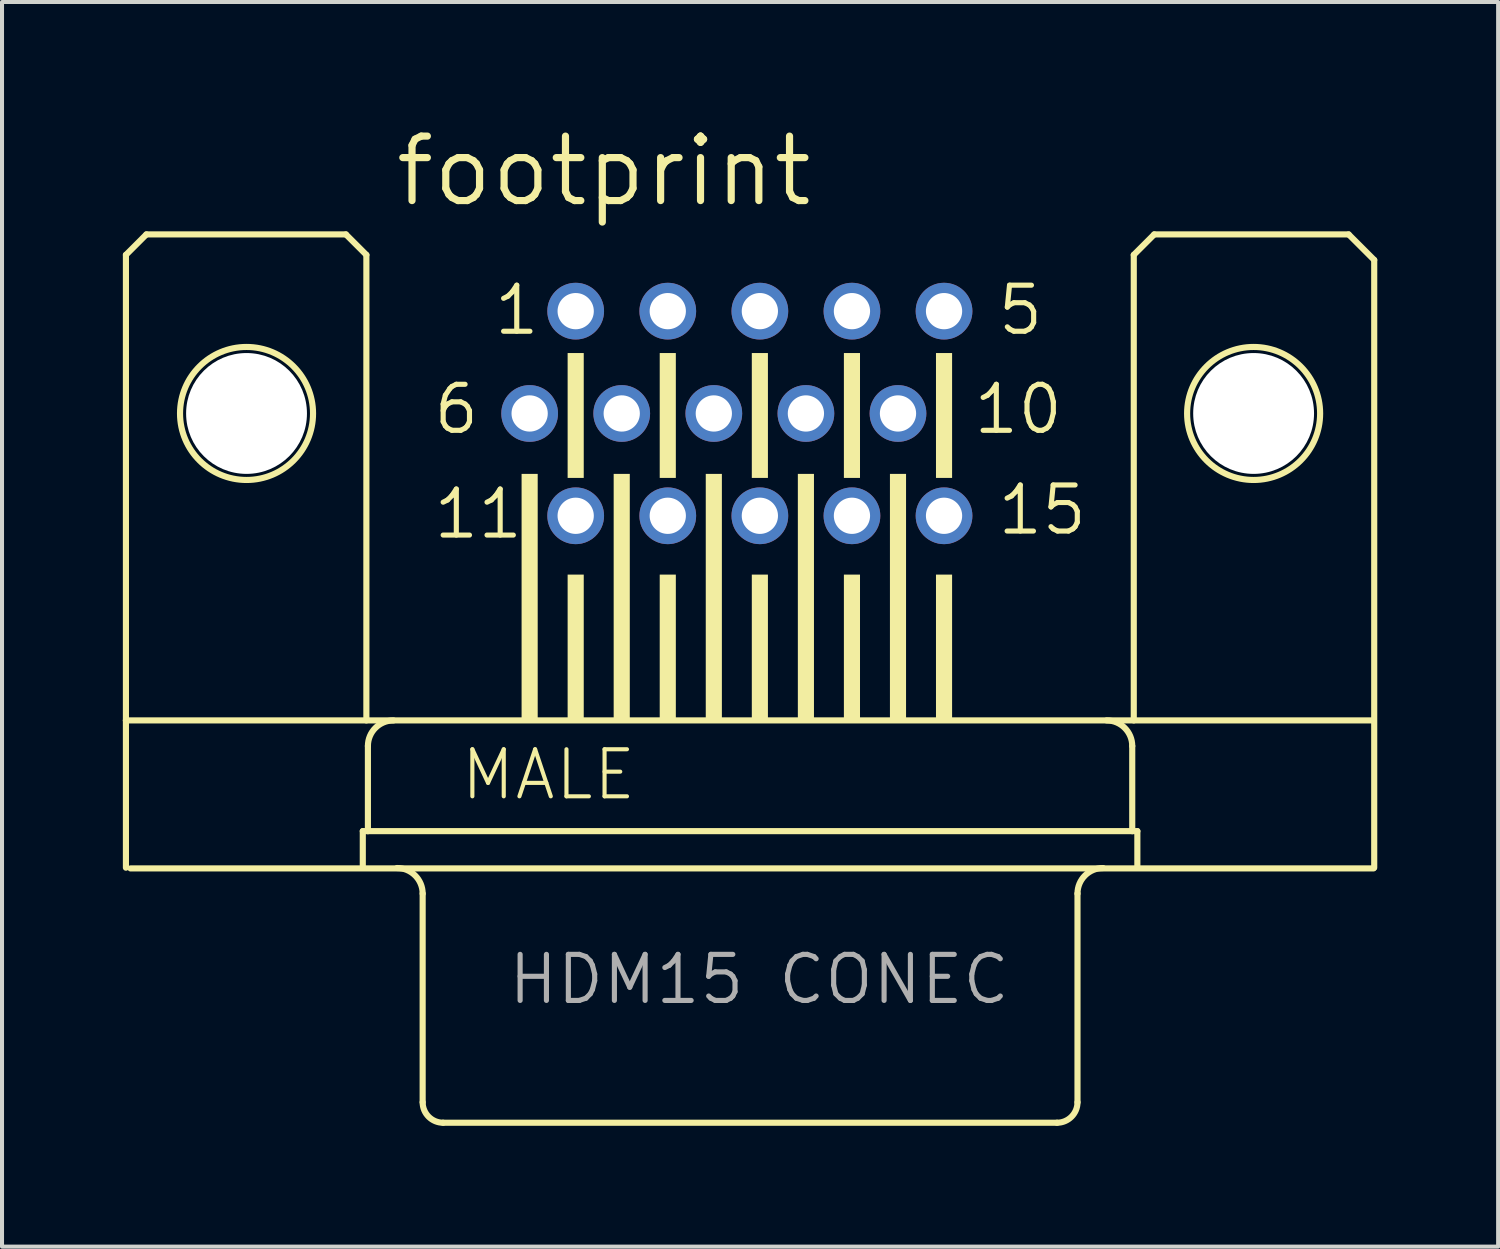
<source format=kicad_pcb>
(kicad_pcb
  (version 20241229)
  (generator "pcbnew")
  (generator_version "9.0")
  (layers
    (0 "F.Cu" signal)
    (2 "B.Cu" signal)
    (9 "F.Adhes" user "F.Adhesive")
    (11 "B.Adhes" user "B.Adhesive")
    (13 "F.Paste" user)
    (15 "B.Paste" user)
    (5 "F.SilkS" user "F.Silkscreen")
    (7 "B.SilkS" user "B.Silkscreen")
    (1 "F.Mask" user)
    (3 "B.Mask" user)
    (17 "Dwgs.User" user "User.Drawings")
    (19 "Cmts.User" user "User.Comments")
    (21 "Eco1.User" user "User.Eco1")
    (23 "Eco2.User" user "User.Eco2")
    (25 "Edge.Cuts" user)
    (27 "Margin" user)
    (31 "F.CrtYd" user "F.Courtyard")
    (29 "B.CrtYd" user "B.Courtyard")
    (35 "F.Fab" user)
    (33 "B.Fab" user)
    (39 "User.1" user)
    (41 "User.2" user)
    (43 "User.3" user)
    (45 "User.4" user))
  (footprint "footprint"
    (layer "F.Cu")
    (at 15.57 7.214)
    (property "Reference" "footprint" (at -8.89 -5.08 0) (layer "F.SilkS") (effects (font (size 1.6 1.6) (thickness 0.178)) (justify left bottom)))
    (fp_line (start -15.494 -3.937) (end -15.494 7.62) (stroke (width 0.152) (type solid)) (layer "F.SilkS"))
    (fp_line (start -15.494 11.276) (end -15.494 7.62) (stroke (width 0.152) (type solid)) (layer "F.SilkS"))
    (fp_line (start -14.986 -4.445) (end -15.494 -3.937) (stroke (width 0.152) (type solid)) (layer "F.SilkS"))
    (fp_line (start -10.033 -4.445) (end -14.986 -4.445) (stroke (width 0.152) (type solid)) (layer "F.SilkS"))
    (fp_line (start -9.614 10.368) (end -9.614 11.276) (stroke (width 0.152) (type solid)) (layer "F.SilkS"))
    (fp_line (start -9.525 -3.937) (end -10.033 -4.445) (stroke (width 0.152) (type solid)) (layer "F.SilkS"))
    (fp_line (start -9.525 -3.937) (end -9.525 7.62) (stroke (width 0.152) (type solid)) (layer "F.SilkS"))
    (fp_line (start -9.487 8.255) (end -9.487 10.368) (stroke (width 0.152) (type solid)) (layer "F.SilkS"))
    (fp_line (start -9.487 10.368) (end -9.614 10.368) (stroke (width 0.152) (type solid)) (layer "F.SilkS"))
    (fp_line (start -8.128 11.919) (end -8.128 17.099) (stroke (width 0.152) (type solid)) (layer "F.SilkS"))
    (fp_line (start 7.62 17.607) (end -7.62 17.607) (stroke (width 0.152) (type solid)) (layer "F.SilkS"))
    (fp_line (start 8.128 11.919) (end 8.128 17.099) (stroke (width 0.152) (type solid)) (layer "F.SilkS"))
    (fp_line (start 9.487 8.255) (end 9.487 10.368) (stroke (width 0.152) (type solid)) (layer "F.SilkS"))
    (fp_line (start 9.487 10.368) (end -9.487 10.368) (stroke (width 0.152) (type solid)) (layer "F.SilkS"))
    (fp_line (start 9.525 -3.937) (end 9.525 7.62) (stroke (width 0.152) (type solid)) (layer "F.SilkS"))
    (fp_line (start 9.614 10.368) (end 9.487 10.368) (stroke (width 0.152) (type solid)) (layer "F.SilkS"))
    (fp_line (start 9.614 10.368) (end 9.614 11.276) (stroke (width 0.152) (type solid)) (layer "F.SilkS"))
    (fp_line (start 10.033 -4.445) (end 9.525 -3.937) (stroke (width 0.152) (type solid)) (layer "F.SilkS"))
    (fp_line (start 10.033 -4.445) (end 14.859 -4.445) (stroke (width 0.152) (type solid)) (layer "F.SilkS"))
    (fp_line (start 14.859 -4.445) (end 15.494 -3.81) (stroke (width 0.152) (type solid)) (layer "F.SilkS"))
    (fp_line (start 15.475 7.62) (end -15.494 7.62) (stroke (width 0.152) (type solid)) (layer "F.SilkS"))
    (fp_line (start 15.476 11.294) (end -15.38 11.294) (stroke (width 0.152) (type solid)) (layer "F.SilkS"))
    (fp_line (start 15.494 -3.81) (end 15.494 11.276) (stroke (width 0.152) (type solid)) (layer "F.SilkS"))
    (fp_arc (start -9.487 8.255) (mid -9.301013 7.805987) (end -8.852 7.62) (stroke (width 0.1524) (type solid)) (layer "F.SilkS"))
    (fp_arc (start -8.763 11.284) (mid -8.313987 11.469987) (end -8.128 11.919) (stroke (width 0.1524) (type solid)) (layer "F.SilkS"))
    (fp_arc (start -7.62 17.607) (mid -7.97921 17.45821) (end -8.128 17.099) (stroke (width 0.1524) (type solid)) (layer "F.SilkS"))
    (fp_arc (start 8.128 11.919) (mid 8.313987 11.469987) (end 8.763 11.284) (stroke (width 0.1524) (type solid)) (layer "F.SilkS"))
    (fp_arc (start 8.128 17.099) (mid 7.97921 17.45821) (end 7.62 17.607) (stroke (width 0.1524) (type solid)) (layer "F.SilkS"))
    (fp_arc (start 8.852 7.62) (mid 9.301013 7.805987) (end 9.487 8.255) (stroke (width 0.1524) (type solid)) (layer "F.SilkS"))
    (fp_circle (center -12.5 0) (end -10.849 0) (stroke (width 0.152) (type solid)) (fill no) (layer "F.SilkS"))
    (fp_circle (center 12.5 0) (end 14.151 0) (stroke (width 0.152) (type solid)) (fill no) (layer "F.SilkS"))
    (fp_poly (pts (xy -5.672 7.6) (xy -5.272 7.6) (xy -5.272 1.5) (xy -5.672 1.5)) (stroke (width 0) (type solid)) (fill yes) (layer "F.SilkS"))
    (fp_poly (pts (xy -4.529 1.6) (xy -4.129 1.6) (xy -4.129 -1.5) (xy -4.529 -1.5)) (stroke (width 0) (type solid)) (fill yes) (layer "F.SilkS"))
    (fp_poly (pts (xy -4.529 7.6) (xy -4.129 7.6) (xy -4.129 4) (xy -4.529 4)) (stroke (width 0) (type solid)) (fill yes) (layer "F.SilkS"))
    (fp_poly (pts (xy -3.386 7.6) (xy -2.986 7.6) (xy -2.986 1.5) (xy -3.386 1.5)) (stroke (width 0) (type solid)) (fill yes) (layer "F.SilkS"))
    (fp_poly (pts (xy -2.243 1.6) (xy -1.843 1.6) (xy -1.843 -1.5) (xy -2.243 -1.5)) (stroke (width 0) (type solid)) (fill yes) (layer "F.SilkS"))
    (fp_poly (pts (xy -2.243 7.6) (xy -1.843 7.6) (xy -1.843 4) (xy -2.243 4)) (stroke (width 0) (type solid)) (fill yes) (layer "F.SilkS"))
    (fp_poly (pts (xy -1.1 7.6) (xy -0.7 7.6) (xy -0.7 1.5) (xy -1.1 1.5)) (stroke (width 0) (type solid)) (fill yes) (layer "F.SilkS"))
    (fp_poly (pts (xy 0.043 1.6) (xy 0.443 1.6) (xy 0.443 -1.5) (xy 0.043 -1.5)) (stroke (width 0) (type solid)) (fill yes) (layer "F.SilkS"))
    (fp_poly (pts (xy 0.043 7.6) (xy 0.443 7.6) (xy 0.443 4) (xy 0.043 4)) (stroke (width 0) (type solid)) (fill yes) (layer "F.SilkS"))
    (fp_poly (pts (xy 1.186 7.6) (xy 1.586 7.6) (xy 1.586 1.5) (xy 1.186 1.5)) (stroke (width 0) (type solid)) (fill yes) (layer "F.SilkS"))
    (fp_poly (pts (xy 2.329 1.6) (xy 2.729 1.6) (xy 2.729 -1.5) (xy 2.329 -1.5)) (stroke (width 0) (type solid)) (fill yes) (layer "F.SilkS"))
    (fp_poly (pts (xy 2.329 7.6) (xy 2.729 7.6) (xy 2.729 4) (xy 2.329 4)) (stroke (width 0) (type solid)) (fill yes) (layer "F.SilkS"))
    (fp_poly (pts (xy 3.472 7.6) (xy 3.872 7.6) (xy 3.872 1.5) (xy 3.472 1.5)) (stroke (width 0) (type solid)) (fill yes) (layer "F.SilkS"))
    (fp_poly (pts (xy 4.615 1.6) (xy 5.015 1.6) (xy 5.015 -1.5) (xy 4.615 -1.5)) (stroke (width 0) (type solid)) (fill yes) (layer "F.SilkS"))
    (fp_poly (pts (xy 4.615 7.6) (xy 5.015 7.6) (xy 5.015 4) (xy 4.615 4)) (stroke (width 0) (type solid)) (fill yes) (layer "F.SilkS"))
    (fp_text user "10" (at 5.485 0.565 0) (layer "F.SilkS") (effects (font (size 1.143 1.143) (thickness 0.127)) (justify left bottom)))
    (fp_text user "15" (at 6.08 3.065 0) (layer "F.SilkS") (effects (font (size 1.143 1.143) (thickness 0.127)) (justify left bottom)))
    (fp_text user "6" (at -7.92 0.565 0) (layer "F.SilkS") (effects (font (size 1.143 1.143) (thickness 0.127)) (justify left bottom)))
    (fp_text user "1" (at -6.42 -1.895 0) (layer "F.SilkS") (effects (font (size 1.143 1.143) (thickness 0.127)) (justify left bottom)))
    (fp_text user "5" (at 6.085 -1.895 0) (layer "F.SilkS") (effects (font (size 1.143 1.143) (thickness 0.127)) (justify left bottom)))
    (fp_text user "11" (at -7.92 3.165 0) (layer "F.SilkS") (effects (font (size 1.143 1.143) (thickness 0.127)) (justify left bottom)))
    (fp_text user "MALE" (at -7.239 9.652 0) (layer "F.SilkS") (effects (font (size 1.168 1.168) (thickness 0.102)) (justify left bottom)))
    (fp_text user "HDM15 CONEC" (at -6.064 14.717 0) (layer "F.Fab") (effects (font (size 1.143 1.143) (thickness 0.127)) (justify left bottom)))
    (pad "" np_thru_hole circle (at -12.5 0) (size 3 3) (drill 3) (layers "*.Cu" "*.Mask"))
    (pad "" np_thru_hole circle (at 12.5 0) (size 3 3) (drill 3) (layers "*.Cu" "*.Mask"))
    (pad "1" thru_hole circle (at -4.329 -2.54) (size 1.408 1.408) (drill 0.9) (layers "*.Cu" "*.Mask"))
    (pad "2" thru_hole circle (at -2.043 -2.54) (size 1.408 1.408) (drill 0.9) (layers "*.Cu" "*.Mask"))
    (pad "3" thru_hole circle (at 0.243 -2.54) (size 1.408 1.408) (drill 0.9) (layers "*.Cu" "*.Mask"))
    (pad "4" thru_hole circle (at 2.529 -2.54) (size 1.408 1.408) (drill 0.9) (layers "*.Cu" "*.Mask"))
    (pad "5" thru_hole circle (at 4.815 -2.54) (size 1.408 1.408) (drill 0.9) (layers "*.Cu" "*.Mask"))
    (pad "6" thru_hole circle (at -5.472 0) (size 1.408 1.408) (drill 0.9) (layers "*.Cu" "*.Mask"))
    (pad "7" thru_hole circle (at -3.186 0) (size 1.408 1.408) (drill 0.9) (layers "*.Cu" "*.Mask"))
    (pad "8" thru_hole circle (at -0.9 0) (size 1.408 1.408) (drill 0.9) (layers "*.Cu" "*.Mask"))
    (pad "9" thru_hole circle (at 1.386 0) (size 1.408 1.408) (drill 0.9) (layers "*.Cu" "*.Mask"))
    (pad "10" thru_hole circle (at 3.672 0) (size 1.408 1.408) (drill 0.9) (layers "*.Cu" "*.Mask"))
    (pad "11" thru_hole circle (at -4.329 2.54) (size 1.408 1.408) (drill 0.9) (layers "*.Cu" "*.Mask"))
    (pad "12" thru_hole circle (at -2.043 2.54) (size 1.408 1.408) (drill 0.9) (layers "*.Cu" "*.Mask"))
    (pad "13" thru_hole circle (at 0.243 2.54) (size 1.408 1.408) (drill 0.9) (layers "*.Cu" "*.Mask"))
    (pad "14" thru_hole circle (at 2.529 2.54) (size 1.408 1.408) (drill 0.9) (layers "*.Cu" "*.Mask"))
    (pad "15" thru_hole circle (at 4.815 2.54) (size 1.408 1.408) (drill 0.9) (layers "*.Cu" "*.Mask"))
    (zone (net_name "") (layers "F.Cu" "B.Cu") (hatch edge 0.508) (connect_pads) (min_thickness 0.254) (filled_areas_thickness no) (keepout (tracks allowed) (vias not_allowed) (pads allowed) (copperpour allowed) (footprints allowed)) (placement (enabled no)) (fill) (polygon (pts (xy 5.737 7.214) (xy 5.697 6.75) (xy 5.576 6.301) (xy 5.38 5.88) (xy 5.113 5.499) (xy 4.785 5.171) (xy 4.404 4.904) (xy 3.982 4.707) (xy 3.533 4.587) (xy 3.07 4.547) (xy 2.607 4.587) (xy 2.158 4.707) (xy 1.737 4.904) (xy 1.356 5.171) (xy 1.027 5.499) (xy 0.761 5.88) (xy 0.564 6.301) (xy 0.444 6.75) (xy 0.403 7.214) (xy 0.444 7.677) (xy 0.564 8.126) (xy 0.761 8.547) (xy 1.027 8.928) (xy 1.356 9.257) (xy 1.737 9.523) (xy 2.158 9.72) (xy 2.607 9.84) (xy 3.07 9.881) (xy 3.533 9.84) (xy 3.982 9.72) (xy 4.404 9.523) (xy 4.785 9.257) (xy 5.113 8.928) (xy 5.38 8.547) (xy 5.576 8.126) (xy 5.697 7.677))))
    (zone (net_name "") (layers "F.Cu" "B.Cu") (hatch edge 0.508) (connect_pads) (min_thickness 0.254) (filled_areas_thickness no) (keepout (tracks allowed) (vias not_allowed) (pads allowed) (copperpour allowed) (footprints allowed)) (placement (enabled no)) (fill) (polygon (pts (xy 30.737 7.214) (xy 30.697 6.75) (xy 30.576 6.301) (xy 30.38 5.88) (xy 30.113 5.499) (xy 29.785 5.171) (xy 29.404 4.904) (xy 28.982 4.707) (xy 28.533 4.587) (xy 28.07 4.547) (xy 27.607 4.587) (xy 27.158 4.707) (xy 26.737 4.904) (xy 26.356 5.171) (xy 26.027 5.499) (xy 25.761 5.88) (xy 25.564 6.301) (xy 25.444 6.75) (xy 25.403 7.214) (xy 25.444 7.677) (xy 25.564 8.126) (xy 25.761 8.547) (xy 26.027 8.928) (xy 26.356 9.257) (xy 26.737 9.523) (xy 27.158 9.72) (xy 27.607 9.84) (xy 28.07 9.881) (xy 28.533 9.84) (xy 28.982 9.72) (xy 29.404 9.523) (xy 29.785 9.257) (xy 30.113 8.928) (xy 30.38 8.547) (xy 30.576 8.126) (xy 30.697 7.677))))
    (zone (net_name "") (layer "B.Cu") (hatch edge 0.508) (connect_pads) (min_thickness 0.254) (filled_areas_thickness no) (keepout (tracks not_allowed) (vias not_allowed) (pads not_allowed) (copperpour not_allowed) (footprints allowed)) (placement (enabled no)) (fill) (polygon (pts (xy 5.737 7.214) (xy 5.697 6.75) (xy 5.576 6.301) (xy 5.38 5.88) (xy 5.113 5.499) (xy 4.785 5.171) (xy 4.404 4.904) (xy 3.982 4.707) (xy 3.533 4.587) (xy 3.07 4.547) (xy 2.607 4.587) (xy 2.158 4.707) (xy 1.737 4.904) (xy 1.356 5.171) (xy 1.027 5.499) (xy 0.761 5.88) (xy 0.564 6.301) (xy 0.444 6.75) (xy 0.403 7.214) (xy 0.444 7.677) (xy 0.564 8.126) (xy 0.761 8.547) (xy 1.027 8.928) (xy 1.356 9.257) (xy 1.737 9.523) (xy 2.158 9.72) (xy 2.607 9.84) (xy 3.07 9.881) (xy 3.533 9.84) (xy 3.982 9.72) (xy 4.404 9.523) (xy 4.785 9.257) (xy 5.113 8.928) (xy 5.38 8.547) (xy 5.576 8.126) (xy 5.697 7.677))))
    (zone (net_name "") (layer "B.Cu") (hatch edge 0.508) (connect_pads) (min_thickness 0.254) (filled_areas_thickness no) (keepout (tracks not_allowed) (vias not_allowed) (pads not_allowed) (copperpour not_allowed) (footprints allowed)) (placement (enabled no)) (fill) (polygon (pts (xy 30.737 7.214) (xy 30.697 6.75) (xy 30.576 6.301) (xy 30.38 5.88) (xy 30.113 5.499) (xy 29.785 5.171) (xy 29.404 4.904) (xy 28.982 4.707) (xy 28.533 4.587) (xy 28.07 4.547) (xy 27.607 4.587) (xy 27.158 4.707) (xy 26.737 4.904) (xy 26.356 5.171) (xy 26.027 5.499) (xy 25.761 5.88) (xy 25.564 6.301) (xy 25.444 6.75) (xy 25.403 7.214) (xy 25.444 7.677) (xy 25.564 8.126) (xy 25.761 8.547) (xy 26.027 8.928) (xy 26.356 9.257) (xy 26.737 9.523) (xy 27.158 9.72) (xy 27.607 9.84) (xy 28.07 9.881) (xy 28.533 9.84) (xy 28.982 9.72) (xy 29.404 9.523) (xy 29.785 9.257) (xy 30.113 8.928) (xy 30.38 8.547) (xy 30.576 8.126) (xy 30.697 7.677)))))
  (gr_rect
    (start -3 -3)
    (end 34.14 27.897)
    (stroke (width 0.1) (type default))
    (fill no)
    (layer "Edge.Cuts")))
</source>
